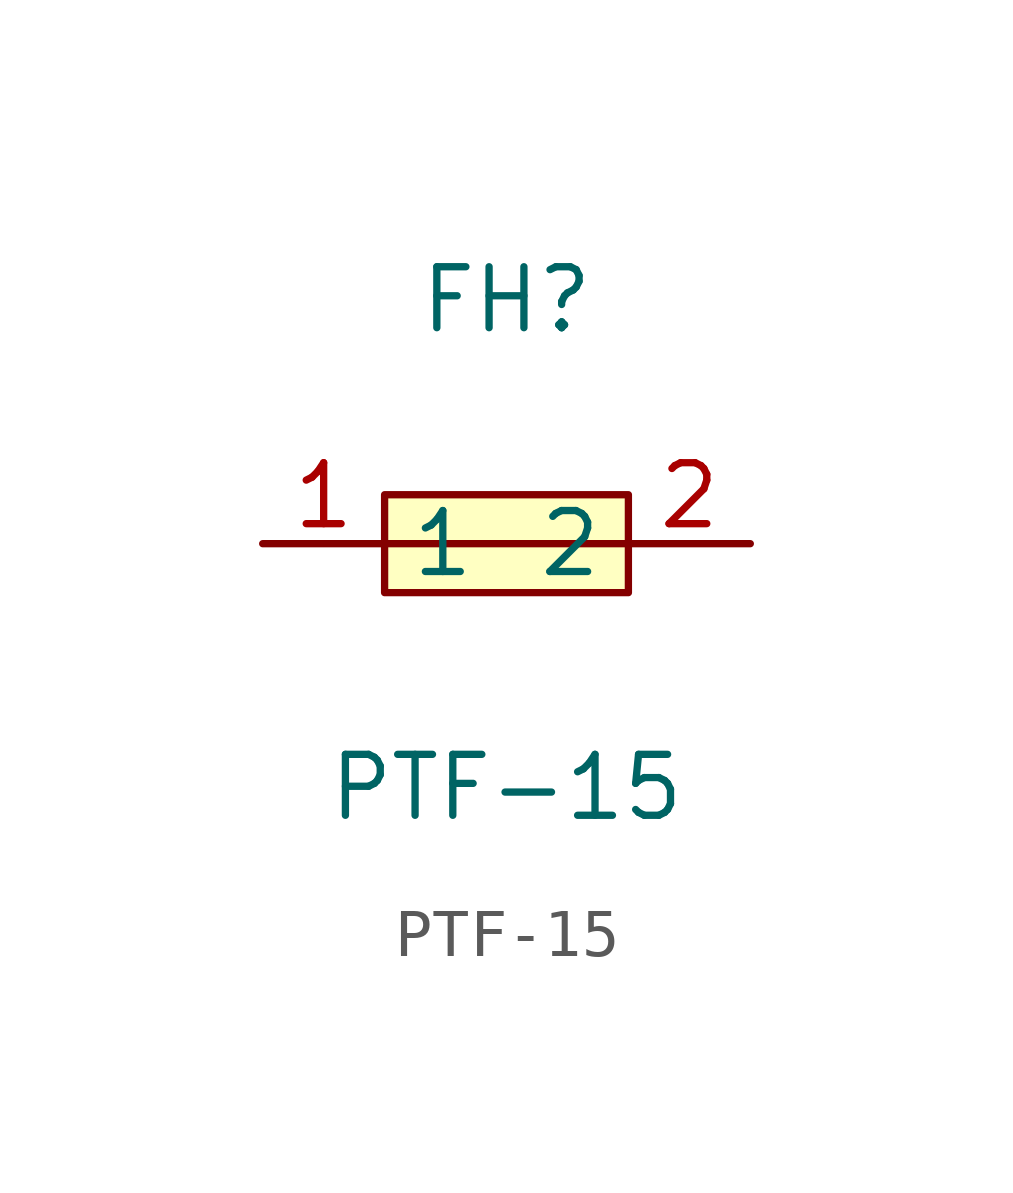
<source format=kicad_sym>
(kicad_symbol_lib
  (version 1)
  (generator "faebryk")
  (symbol "PTF-15"
    (property "Reference" "FH"
      (at 0 5.08 0)
      (effects (font (size 1.27 1.27)) (hide no)))
    (property "Value" "PTF-15"
      (at 0 -5.08 0)
      (effects (font (size 1.27 1.27)) (hide no)))
    (symbol "PTF-15_0_1"
      (polyline (stroke (width 0) (type default) (color 0 0 0 0)) (fill (type none)) (pts (xy -2.54 0) (xy 2.54 0)))
      (rectangle (start -2.54 1.02) (end 2.54 -1.02) (stroke (width 0) (type default) (color 0 0 0 0)) (fill (type background)))
      (pin unspecified line (at -5.08 0 0) (length 2.54) (name "1" (effects (font (size 1.27 1.27)) (hide no))) (number "1" (effects (font (size 1.27 1.27)) (hide no))))
      (pin unspecified line (at 5.08 0 180) (length 2.54) (name "2" (effects (font (size 1.27 1.27)) (hide no))) (number "2" (effects (font (size 1.27 1.27)) (hide no)))))))
</source>
